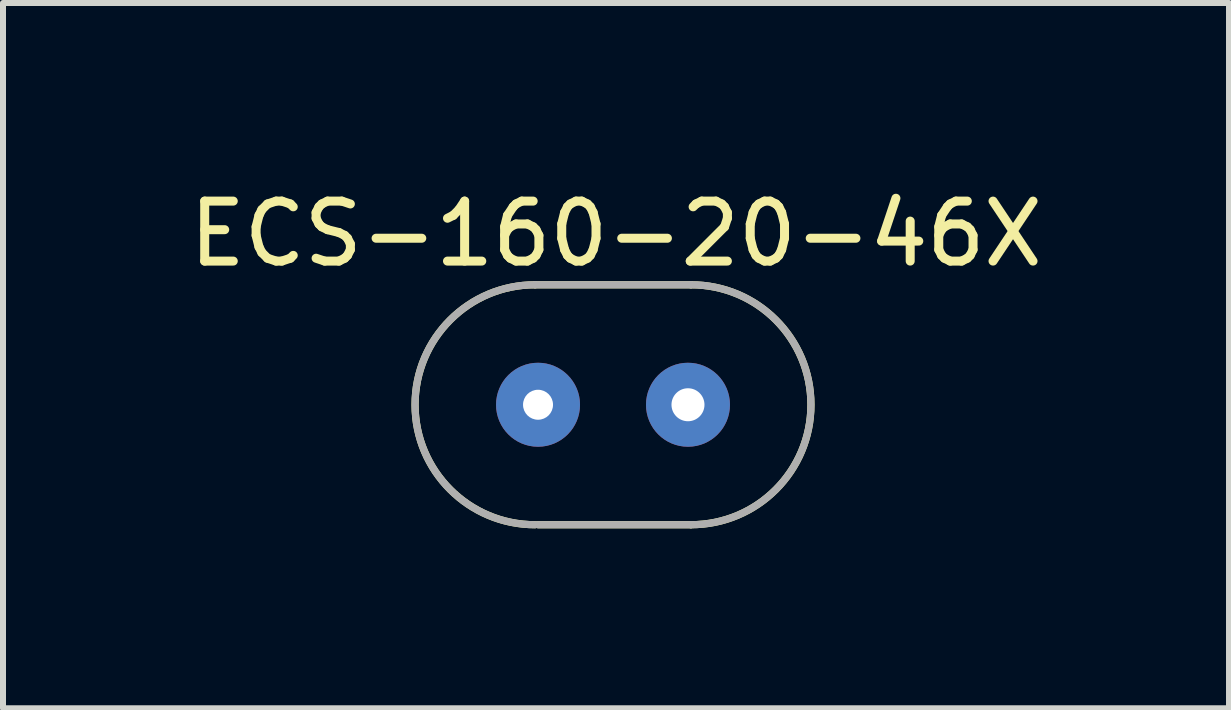
<source format=kicad_pcb>
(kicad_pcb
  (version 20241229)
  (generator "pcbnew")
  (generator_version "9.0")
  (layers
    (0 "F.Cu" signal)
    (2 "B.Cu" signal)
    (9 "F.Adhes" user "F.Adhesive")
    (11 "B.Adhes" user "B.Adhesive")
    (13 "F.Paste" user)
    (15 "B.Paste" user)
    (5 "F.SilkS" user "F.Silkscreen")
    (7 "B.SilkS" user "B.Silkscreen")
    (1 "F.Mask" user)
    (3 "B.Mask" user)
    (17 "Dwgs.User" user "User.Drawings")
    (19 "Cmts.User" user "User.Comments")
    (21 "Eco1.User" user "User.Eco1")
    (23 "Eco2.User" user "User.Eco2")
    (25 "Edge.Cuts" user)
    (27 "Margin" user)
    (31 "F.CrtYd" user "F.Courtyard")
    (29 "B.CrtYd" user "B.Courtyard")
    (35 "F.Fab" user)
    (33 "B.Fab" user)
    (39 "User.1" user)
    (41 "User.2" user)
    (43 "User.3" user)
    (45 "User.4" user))
  (footprint "ECS-160-20-46X"
    (layer "F.Cu")
    (at 7.17 3.698)
    (property "Reference" "ECS-160-20-46X" (at 0.05 -2.85 0) (layer "F.SilkS") (effects (font (size 1 1) (thickness 0.15))))
    (attr through_hole)
    (fp_line (start -1.3 -2) (end 1.3 -2) (stroke (width 0.12) (type solid)) (layer "F.SilkS"))
    (fp_line (start -1.25 2) (end 1.3 2) (stroke (width 0.12) (type solid)) (layer "F.SilkS"))
    (fp_arc (start -1.3 2) (mid -3.3 0) (end -1.3 -2) (stroke (width 0.12) (type solid)) (layer "F.SilkS"))
    (fp_arc (start 1.3 -2) (mid 3.3 0) (end 1.3 2) (stroke (width 0.12) (type solid)) (layer "F.SilkS"))
    (fp_line (start -1.3 -2) (end 1.3 -2) (stroke (width 0.12) (type solid)) (layer "F.Fab"))
    (fp_line (start -1.25 2) (end 1.3 2) (stroke (width 0.12) (type solid)) (layer "F.Fab"))
    (fp_arc (start -1.3 2) (mid -3.3 0) (end -1.3 -2) (stroke (width 0.12) (type solid)) (layer "F.Fab"))
    (fp_arc (start 1.3 -2) (mid 3.3 0) (end 1.3 2) (stroke (width 0.12) (type solid)) (layer "F.Fab"))
    (pad "1" thru_hole circle (at -1.25 0) (size 1.4 1.4) (drill 0.5) (layers "*.Cu" "B.Mask"))
    (pad "2" thru_hole circle (at 1.25 0) (size 1.4 1.4) (drill 0.55) (layers "*.Cu" "B.Mask")))
  (gr_rect
    (start -3 -3)
    (end 17.44 8.758)
    (stroke (width 0.1) (type default))
    (fill no)
    (layer "Edge.Cuts")))
</source>
